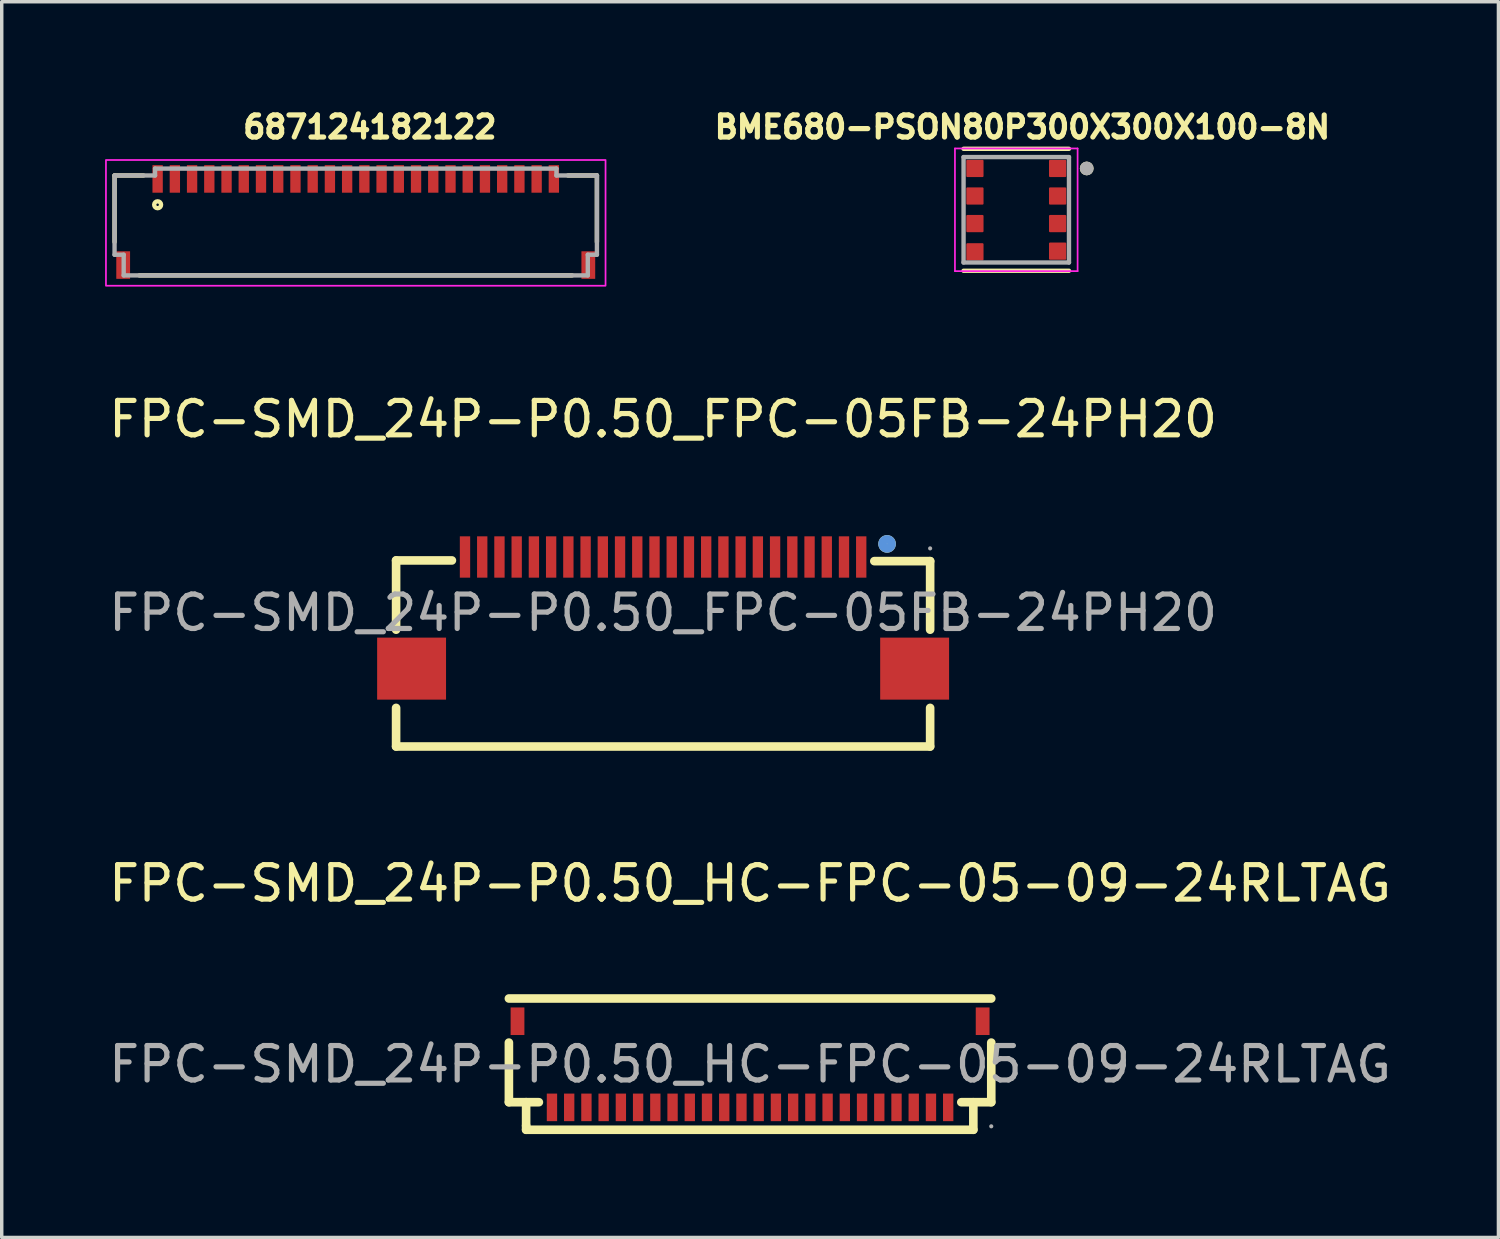
<source format=kicad_pcb>
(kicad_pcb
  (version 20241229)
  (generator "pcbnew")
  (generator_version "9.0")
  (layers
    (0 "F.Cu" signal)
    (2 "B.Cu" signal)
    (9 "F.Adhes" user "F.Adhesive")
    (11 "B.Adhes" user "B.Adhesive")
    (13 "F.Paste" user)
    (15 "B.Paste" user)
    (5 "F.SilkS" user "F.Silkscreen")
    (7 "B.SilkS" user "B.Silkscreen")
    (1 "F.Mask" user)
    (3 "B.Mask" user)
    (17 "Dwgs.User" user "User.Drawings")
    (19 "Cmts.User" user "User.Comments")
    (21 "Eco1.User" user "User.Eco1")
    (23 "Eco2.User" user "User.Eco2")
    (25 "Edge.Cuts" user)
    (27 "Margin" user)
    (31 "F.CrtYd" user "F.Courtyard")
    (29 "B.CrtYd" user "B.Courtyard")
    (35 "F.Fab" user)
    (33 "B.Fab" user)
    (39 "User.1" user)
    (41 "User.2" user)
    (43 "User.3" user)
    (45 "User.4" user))
  (footprint "FPC-SMD_24P-P0.50_FPC-05FB-24PH20"
    (layer "F.Cu")
    (at 16.196 14.736)
    (property "Reference" "FPC-SMD_24P-P0.50_FPC-05FB-24PH20" (at 0 -5.62 0) (layer "F.SilkS") (effects (font (size 1 1) (thickness 0.15))))
    (attr smd)
    (fp_line (start -7.75 -1.52) (end -6.13 -1.52) (stroke (width 0.25) (type solid)) (layer "F.SilkS"))
    (fp_line (start -7.75 0.49) (end -7.75 -1.52) (stroke (width 0.25) (type solid)) (layer "F.SilkS"))
    (fp_line (start -7.75 3.88) (end -7.75 2.76) (stroke (width 0.25) (type solid)) (layer "F.SilkS"))
    (fp_line (start 7.75 -1.5) (end 6.13 -1.5) (stroke (width 0.25) (type solid)) (layer "F.SilkS"))
    (fp_line (start 7.75 0.49) (end 7.75 -1.5) (stroke (width 0.25) (type solid)) (layer "F.SilkS"))
    (fp_line (start 7.75 3.88) (end -7.75 3.88) (stroke (width 0.25) (type solid)) (layer "F.SilkS"))
    (fp_line (start 7.75 3.88) (end 7.75 2.76) (stroke (width 0.25) (type solid)) (layer "F.SilkS"))
    (fp_circle (center 6.5 -2) (end 6.63 -2) (stroke (width 0.25) (type solid)) (fill no) (layer "F.SilkS"))
    (fp_circle (center 6.5 -2) (end 6.63 -2) (stroke (width 0.25) (type solid)) (fill no) (layer "Cmts.User"))
    (fp_circle (center 7.75 -1.87) (end 7.78 -1.87) (stroke (width 0.06) (type solid)) (fill no) (layer "F.Fab"))
    (fp_text user "${REFERENCE}" (at 0 0 0) (layer "F.Fab") (effects (font (size 1 1) (thickness 0.15))))
    (pad "1" smd rect (at 5.75 -1.62) (size 0.3 1.2) (layers "F.Cu" "F.Mask" "F.Paste"))
    (pad "2" smd rect (at 5.25 -1.62) (size 0.3 1.2) (layers "F.Cu" "F.Mask" "F.Paste"))
    (pad "3" smd rect (at 4.75 -1.62) (size 0.3 1.2) (layers "F.Cu" "F.Mask" "F.Paste"))
    (pad "4" smd rect (at 4.25 -1.62) (size 0.3 1.2) (layers "F.Cu" "F.Mask" "F.Paste"))
    (pad "5" smd rect (at 3.75 -1.62) (size 0.3 1.2) (layers "F.Cu" "F.Mask" "F.Paste"))
    (pad "6" smd rect (at 3.25 -1.62) (size 0.3 1.2) (layers "F.Cu" "F.Mask" "F.Paste"))
    (pad "7" smd rect (at 2.75 -1.62) (size 0.3 1.2) (layers "F.Cu" "F.Mask" "F.Paste"))
    (pad "8" smd rect (at 2.25 -1.62) (size 0.3 1.2) (layers "F.Cu" "F.Mask" "F.Paste"))
    (pad "9" smd rect (at 1.75 -1.62) (size 0.3 1.2) (layers "F.Cu" "F.Mask" "F.Paste"))
    (pad "10" smd rect (at 1.25 -1.62) (size 0.3 1.2) (layers "F.Cu" "F.Mask" "F.Paste"))
    (pad "11" smd rect (at 0.75 -1.62) (size 0.3 1.2) (layers "F.Cu" "F.Mask" "F.Paste"))
    (pad "12" smd rect (at 0.25 -1.62) (size 0.3 1.2) (layers "F.Cu" "F.Mask" "F.Paste"))
    (pad "13" smd rect (at -0.25 -1.62) (size 0.3 1.2) (layers "F.Cu" "F.Mask" "F.Paste"))
    (pad "14" smd rect (at -0.75 -1.62) (size 0.3 1.2) (layers "F.Cu" "F.Mask" "F.Paste"))
    (pad "15" smd rect (at -1.25 -1.62) (size 0.3 1.2) (layers "F.Cu" "F.Mask" "F.Paste"))
    (pad "16" smd rect (at -1.75 -1.62) (size 0.3 1.2) (layers "F.Cu" "F.Mask" "F.Paste"))
    (pad "17" smd rect (at -2.25 -1.62) (size 0.3 1.2) (layers "F.Cu" "F.Mask" "F.Paste"))
    (pad "18" smd rect (at -2.75 -1.62) (size 0.3 1.2) (layers "F.Cu" "F.Mask" "F.Paste"))
    (pad "19" smd rect (at -3.25 -1.62) (size 0.3 1.2) (layers "F.Cu" "F.Mask" "F.Paste"))
    (pad "20" smd rect (at -3.75 -1.62) (size 0.3 1.2) (layers "F.Cu" "F.Mask" "F.Paste"))
    (pad "21" smd rect (at -4.25 -1.62) (size 0.3 1.2) (layers "F.Cu" "F.Mask" "F.Paste"))
    (pad "22" smd rect (at -4.75 -1.62) (size 0.3 1.2) (layers "F.Cu" "F.Mask" "F.Paste"))
    (pad "23" smd rect (at -5.25 -1.62) (size 0.3 1.2) (layers "F.Cu" "F.Mask" "F.Paste"))
    (pad "24" smd rect (at -5.75 -1.62) (size 0.3 1.2) (layers "F.Cu" "F.Mask" "F.Paste"))
    (pad "25" smd rect (at -7.3 1.62) (size 2 1.8) (layers "F.Cu" "F.Mask" "F.Paste"))
    (pad "26" smd rect (at 7.3 1.62) (size 2 1.8) (layers "F.Cu" "F.Mask" "F.Paste")))
  (footprint "FPC-SMD_24P-P0.50_HC-FPC-05-09-24RLTAG"
    (layer "F.Cu")
    (at 18.72 27.84)
    (property "Reference" "FPC-SMD_24P-P0.50_HC-FPC-05-09-24RLTAG" (at 0 -5.25 0) (layer "F.SilkS") (effects (font (size 1 1) (thickness 0.15))))
    (attr smd)
    (fp_line (start -7 1.1) (end -7 -0.63) (stroke (width 0.25) (type solid)) (layer "F.SilkS"))
    (fp_line (start -6.5 1.1) (end -7 1.1) (stroke (width 0.25) (type solid)) (layer "F.SilkS"))
    (fp_line (start -6.5 1.1) (end -6.5 1.78) (stroke (width 0.25) (type solid)) (layer "F.SilkS"))
    (fp_line (start -6.5 1.1) (end -6.13 1.1) (stroke (width 0.25) (type solid)) (layer "F.SilkS"))
    (fp_line (start -6.5 1.78) (end -6.5 1.9) (stroke (width 0.25) (type solid)) (layer "F.SilkS"))
    (fp_line (start -6.5 1.9) (end 6.48 1.9) (stroke (width 0.25) (type solid)) (layer "F.SilkS"))
    (fp_line (start 6.13 1.1) (end 7 1.1) (stroke (width 0.25) (type solid)) (layer "F.SilkS"))
    (fp_line (start 6.48 1.9) (end 6.48 1.1) (stroke (width 0.25) (type solid)) (layer "F.SilkS"))
    (fp_line (start 7 -1.91) (end -7 -1.91) (stroke (width 0.25) (type solid)) (layer "F.SilkS"))
    (fp_line (start 7 1.1) (end 7 -0.63) (stroke (width 0.25) (type solid)) (layer "F.SilkS"))
    (fp_circle (center 7 1.8) (end 7.03 1.8) (stroke (width 0.06) (type solid)) (fill no) (layer "F.Fab"))
    (fp_text user "${REFERENCE}" (at 0 0 0) (layer "F.Fab") (effects (font (size 1 1) (thickness 0.15))))
    (pad "1" smd rect (at 5.75 1.25 180) (size 0.3 0.8) (layers "F.Cu" "F.Mask" "F.Paste"))
    (pad "2" smd rect (at 5.25 1.25 180) (size 0.3 0.8) (layers "F.Cu" "F.Mask" "F.Paste"))
    (pad "3" smd rect (at 4.75 1.25 180) (size 0.3 0.8) (layers "F.Cu" "F.Mask" "F.Paste"))
    (pad "4" smd rect (at 4.25 1.25 180) (size 0.3 0.8) (layers "F.Cu" "F.Mask" "F.Paste"))
    (pad "5" smd rect (at 3.75 1.25 180) (size 0.3 0.8) (layers "F.Cu" "F.Mask" "F.Paste"))
    (pad "6" smd rect (at 3.25 1.25 180) (size 0.3 0.8) (layers "F.Cu" "F.Mask" "F.Paste"))
    (pad "7" smd rect (at 2.75 1.25 180) (size 0.3 0.8) (layers "F.Cu" "F.Mask" "F.Paste"))
    (pad "8" smd rect (at 2.25 1.25 180) (size 0.3 0.8) (layers "F.Cu" "F.Mask" "F.Paste"))
    (pad "9" smd rect (at 1.75 1.25 180) (size 0.3 0.8) (layers "F.Cu" "F.Mask" "F.Paste"))
    (pad "10" smd rect (at 1.25 1.25 180) (size 0.3 0.8) (layers "F.Cu" "F.Mask" "F.Paste"))
    (pad "11" smd rect (at 0.75 1.25 180) (size 0.3 0.8) (layers "F.Cu" "F.Mask" "F.Paste"))
    (pad "12" smd rect (at 0.25 1.25 180) (size 0.3 0.8) (layers "F.Cu" "F.Mask" "F.Paste"))
    (pad "13" smd rect (at -0.25 1.25 180) (size 0.3 0.8) (layers "F.Cu" "F.Mask" "F.Paste"))
    (pad "14" smd rect (at -0.75 1.25 180) (size 0.3 0.8) (layers "F.Cu" "F.Mask" "F.Paste"))
    (pad "15" smd rect (at -1.25 1.25 180) (size 0.3 0.8) (layers "F.Cu" "F.Mask" "F.Paste"))
    (pad "16" smd rect (at -1.75 1.25 180) (size 0.3 0.8) (layers "F.Cu" "F.Mask" "F.Paste"))
    (pad "17" smd rect (at -2.25 1.25 180) (size 0.3 0.8) (layers "F.Cu" "F.Mask" "F.Paste"))
    (pad "18" smd rect (at -2.75 1.25 180) (size 0.3 0.8) (layers "F.Cu" "F.Mask" "F.Paste"))
    (pad "19" smd rect (at -3.25 1.25 180) (size 0.3 0.8) (layers "F.Cu" "F.Mask" "F.Paste"))
    (pad "20" smd rect (at -3.75 1.25 180) (size 0.3 0.8) (layers "F.Cu" "F.Mask" "F.Paste"))
    (pad "21" smd rect (at -4.25 1.25 180) (size 0.3 0.8) (layers "F.Cu" "F.Mask" "F.Paste"))
    (pad "22" smd rect (at -4.75 1.25 180) (size 0.3 0.8) (layers "F.Cu" "F.Mask" "F.Paste"))
    (pad "23" smd rect (at -5.25 1.25 180) (size 0.3 0.8) (layers "F.Cu" "F.Mask" "F.Paste"))
    (pad "24" smd rect (at -5.75 1.25 180) (size 0.3 0.8) (layers "F.Cu" "F.Mask" "F.Paste"))
    (pad "25" smd rect (at -6.75 -1.25 180) (size 0.4 0.8) (layers "F.Cu" "F.Mask" "F.Paste"))
    (pad "26" smd rect (at 6.75 -1.25 180) (size 0.4 0.8) (layers "F.Cu" "F.Mask" "F.Paste")))
  (footprint "BME680-PSON80P300X300X100-8N"
    (layer "F.Cu")
    (at 26.446 3.039)
    (property "Reference" "BME680-PSON80P300X300X100-8N" (at 0.177 -2.401 0) (layer "F.SilkS") (effects (font (size 0.641 0.641) (thickness 0.15))))
    (attr smd)
    (fp_line (start -1.53 1.77) (end 1.53 1.77) (stroke (width 0.127) (type solid)) (layer "F.SilkS"))
    (fp_line (start 1.53 -1.77) (end -1.53 -1.77) (stroke (width 0.127) (type solid)) (layer "F.SilkS"))
    (fp_circle (center 2.045 -1.2) (end 2.145 -1.2) (stroke (width 0.2) (type solid)) (fill no) (layer "F.SilkS"))
    (fp_line (start -1.78 -1.78) (end 1.78 -1.78) (stroke (width 0.05) (type solid)) (layer "F.CrtYd"))
    (fp_line (start -1.78 1.78) (end -1.78 -1.78) (stroke (width 0.05) (type solid)) (layer "F.CrtYd"))
    (fp_line (start 1.78 -1.78) (end 1.78 1.78) (stroke (width 0.05) (type solid)) (layer "F.CrtYd"))
    (fp_line (start 1.78 1.78) (end -1.78 1.78) (stroke (width 0.05) (type solid)) (layer "F.CrtYd"))
    (fp_line (start -1.53 -1.53) (end -1.53 1.53) (stroke (width 0.127) (type solid)) (layer "F.Fab"))
    (fp_line (start -1.53 1.53) (end 1.53 1.53) (stroke (width 0.127) (type solid)) (layer "F.Fab"))
    (fp_line (start 1.53 -1.53) (end -1.53 -1.53) (stroke (width 0.127) (type solid)) (layer "F.Fab"))
    (fp_line (start 1.53 1.53) (end 1.53 -1.53) (stroke (width 0.127) (type solid)) (layer "F.Fab"))
    (fp_circle (center 2.045 -1.2) (end 2.145 -1.2) (stroke (width 0.2) (type solid)) (fill no) (layer "F.Fab"))
    (pad "1" smd roundrect (at 1.2 -1.2) (size 0.5 0.5) (layers "F.Cu" "F.Mask" "F.Paste") (roundrect_rratio 0.06))
    (pad "2" smd roundrect (at 1.2 -0.4) (size 0.5 0.5) (layers "F.Cu" "F.Mask" "F.Paste") (roundrect_rratio 0.06))
    (pad "3" smd roundrect (at 1.2 0.4) (size 0.5 0.5) (layers "F.Cu" "F.Mask" "F.Paste") (roundrect_rratio 0.06))
    (pad "4" smd roundrect (at 1.2 1.2) (size 0.5 0.5) (layers "F.Cu" "F.Mask" "F.Paste") (roundrect_rratio 0.06))
    (pad "5" smd roundrect (at -1.2 1.22) (size 0.5 0.5) (layers "F.Cu" "F.Mask" "F.Paste") (roundrect_rratio 0.06))
    (pad "6" smd roundrect (at -1.2 0.4) (size 0.5 0.5) (layers "F.Cu" "F.Mask" "F.Paste") (roundrect_rratio 0.06))
    (pad "7" smd roundrect (at -1.2 -0.4) (size 0.5 0.5) (layers "F.Cu" "F.Mask" "F.Paste") (roundrect_rratio 0.06))
    (pad "8" smd roundrect (at -1.2 -1.2) (size 0.5 0.5) (layers "F.Cu" "F.Mask" "F.Paste") (roundrect_rratio 0.06)))
  (footprint "687124182122"
    (layer "F.Cu")
    (at 7.275 3.393)
    (property "Reference" "687124182122" (at 0.409 -2.755 0) (layer "F.SilkS") (effects (font (size 0.64 0.64) (thickness 0.15))))
    (attr smd)
    (fp_line (start -7 -1.35) (end -7 0.58) (stroke (width 0.127) (type solid)) (layer "F.SilkS"))
    (fp_line (start -6.28 1.55) (end 6.28 1.55) (stroke (width 0.127) (type solid)) (layer "F.SilkS"))
    (fp_line (start -6.16 -1.35) (end -7 -1.35) (stroke (width 0.127) (type solid)) (layer "F.SilkS"))
    (fp_line (start 7 -1.35) (end 6.16 -1.35) (stroke (width 0.127) (type solid)) (layer "F.SilkS"))
    (fp_line (start 7 -1.35) (end 7 0.58) (stroke (width 0.127) (type solid)) (layer "F.SilkS"))
    (fp_circle (center -5.75 -0.5) (end -5.65 -0.5) (stroke (width 0.127) (type solid)) (fill no) (layer "F.SilkS"))
    (fp_poly (pts (xy -7.25 -1.8) (xy 7.25 -1.8) (xy 7.25 1.85) (xy -7.25 1.85)) (stroke (width 0.05) (type solid)) (fill no) (layer "F.CrtYd"))
    (fp_line (start -7 -1.35) (end -7 0.95) (stroke (width 0.127) (type solid)) (layer "F.Fab"))
    (fp_line (start -7 -1.35) (end -5.825 -1.35) (stroke (width 0.127) (type solid)) (layer "F.Fab"))
    (fp_line (start -7 0.95) (end -6.735 0.95) (stroke (width 0.127) (type solid)) (layer "F.Fab"))
    (fp_line (start -6.735 1.55) (end -6.735 0.95) (stroke (width 0.127) (type solid)) (layer "F.Fab"))
    (fp_line (start -6.735 1.55) (end 6.735 1.55) (stroke (width 0.127) (type solid)) (layer "F.Fab"))
    (fp_line (start -5.825 -1.55) (end -5.825 -1.35) (stroke (width 0.127) (type solid)) (layer "F.Fab"))
    (fp_line (start -5.825 -1.55) (end 5.825 -1.55) (stroke (width 0.127) (type solid)) (layer "F.Fab"))
    (fp_line (start 5.825 -1.55) (end 5.825 -1.35) (stroke (width 0.127) (type solid)) (layer "F.Fab"))
    (fp_line (start 5.825 -1.35) (end 7 -1.35) (stroke (width 0.127) (type solid)) (layer "F.Fab"))
    (fp_line (start 6.735 0.95) (end 7 0.95) (stroke (width 0.127) (type solid)) (layer "F.Fab"))
    (fp_line (start 6.735 1.55) (end 6.735 0.95) (stroke (width 0.127) (type solid)) (layer "F.Fab"))
    (fp_line (start 7 -1.35) (end 7 0.95) (stroke (width 0.127) (type solid)) (layer "F.Fab"))
    (pad "1" smd rect (at -5.75 -1.25 90) (size 0.8 0.3) (layers "F.Cu" "F.Mask" "F.Paste"))
    (pad "2" smd rect (at -5.25 -1.25 90) (size 0.8 0.3) (layers "F.Cu" "F.Mask" "F.Paste"))
    (pad "3" smd rect (at -4.75 -1.25 90) (size 0.8 0.3) (layers "F.Cu" "F.Mask" "F.Paste"))
    (pad "4" smd rect (at -4.25 -1.25 90) (size 0.8 0.3) (layers "F.Cu" "F.Mask" "F.Paste"))
    (pad "5" smd rect (at -3.75 -1.25 90) (size 0.8 0.3) (layers "F.Cu" "F.Mask" "F.Paste"))
    (pad "6" smd rect (at -3.25 -1.25 90) (size 0.8 0.3) (layers "F.Cu" "F.Mask" "F.Paste"))
    (pad "7" smd rect (at -2.75 -1.25 90) (size 0.8 0.3) (layers "F.Cu" "F.Mask" "F.Paste"))
    (pad "8" smd rect (at -2.25 -1.25 90) (size 0.8 0.3) (layers "F.Cu" "F.Mask" "F.Paste"))
    (pad "9" smd rect (at -1.75 -1.25 90) (size 0.8 0.3) (layers "F.Cu" "F.Mask" "F.Paste"))
    (pad "10" smd rect (at -1.25 -1.25 90) (size 0.8 0.3) (layers "F.Cu" "F.Mask" "F.Paste"))
    (pad "11" smd rect (at -0.75 -1.25 90) (size 0.8 0.3) (layers "F.Cu" "F.Mask" "F.Paste"))
    (pad "12" smd rect (at -0.25 -1.25 90) (size 0.8 0.3) (layers "F.Cu" "F.Mask" "F.Paste"))
    (pad "13" smd rect (at 0.25 -1.25 90) (size 0.8 0.3) (layers "F.Cu" "F.Mask" "F.Paste"))
    (pad "14" smd rect (at 0.75 -1.25 90) (size 0.8 0.3) (layers "F.Cu" "F.Mask" "F.Paste"))
    (pad "15" smd rect (at 1.25 -1.25 90) (size 0.8 0.3) (layers "F.Cu" "F.Mask" "F.Paste"))
    (pad "16" smd rect (at 1.75 -1.25 90) (size 0.8 0.3) (layers "F.Cu" "F.Mask" "F.Paste"))
    (pad "17" smd rect (at 2.25 -1.25 90) (size 0.8 0.3) (layers "F.Cu" "F.Mask" "F.Paste"))
    (pad "18" smd rect (at 2.75 -1.25 90) (size 0.8 0.3) (layers "F.Cu" "F.Mask" "F.Paste"))
    (pad "19" smd rect (at 3.25 -1.25 90) (size 0.8 0.3) (layers "F.Cu" "F.Mask" "F.Paste"))
    (pad "20" smd rect (at 3.75 -1.25 90) (size 0.8 0.3) (layers "F.Cu" "F.Mask" "F.Paste"))
    (pad "21" smd rect (at 4.25 -1.25 90) (size 0.8 0.3) (layers "F.Cu" "F.Mask" "F.Paste"))
    (pad "22" smd rect (at 4.75 -1.25 90) (size 0.8 0.3) (layers "F.Cu" "F.Mask" "F.Paste"))
    (pad "23" smd rect (at 5.25 -1.25 90) (size 0.8 0.3) (layers "F.Cu" "F.Mask" "F.Paste"))
    (pad "24" smd rect (at 5.75 -1.25 90) (size 0.8 0.3) (layers "F.Cu" "F.Mask" "F.Paste"))
    (pad "MP" smd rect (at -6.75 1.25 90) (size 0.8 0.4) (layers "F.Cu" "F.Mask" "F.Paste"))
    (pad "MP" smd rect (at 6.75 1.25 90) (size 0.8 0.4) (layers "F.Cu" "F.Mask" "F.Paste")))
  (gr_rect
    (start -3 -3)
    (end 40.44 32.865)
    (stroke (width 0.1) (type default))
    (fill no)
    (layer "Edge.Cuts")))
</source>
